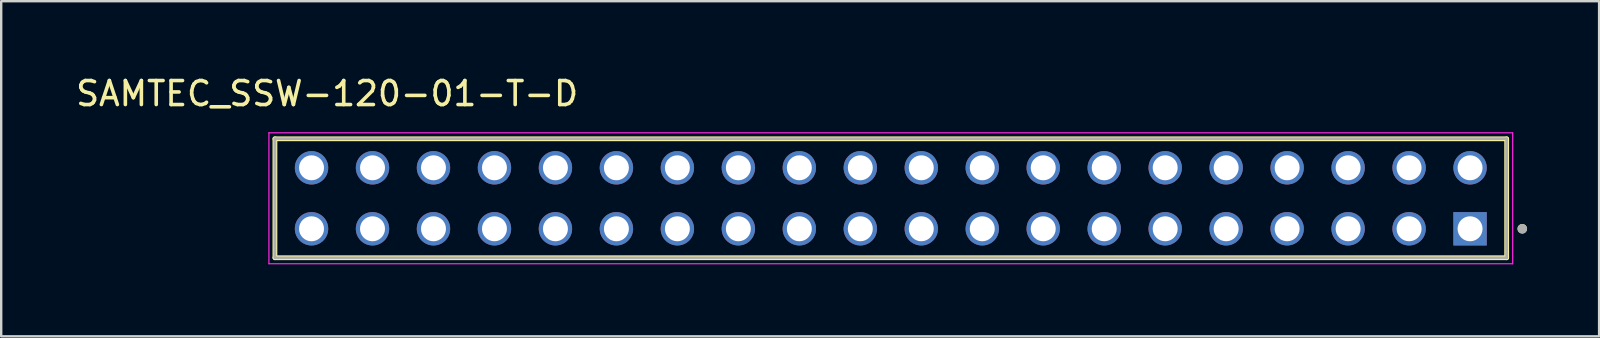
<source format=kicad_pcb>
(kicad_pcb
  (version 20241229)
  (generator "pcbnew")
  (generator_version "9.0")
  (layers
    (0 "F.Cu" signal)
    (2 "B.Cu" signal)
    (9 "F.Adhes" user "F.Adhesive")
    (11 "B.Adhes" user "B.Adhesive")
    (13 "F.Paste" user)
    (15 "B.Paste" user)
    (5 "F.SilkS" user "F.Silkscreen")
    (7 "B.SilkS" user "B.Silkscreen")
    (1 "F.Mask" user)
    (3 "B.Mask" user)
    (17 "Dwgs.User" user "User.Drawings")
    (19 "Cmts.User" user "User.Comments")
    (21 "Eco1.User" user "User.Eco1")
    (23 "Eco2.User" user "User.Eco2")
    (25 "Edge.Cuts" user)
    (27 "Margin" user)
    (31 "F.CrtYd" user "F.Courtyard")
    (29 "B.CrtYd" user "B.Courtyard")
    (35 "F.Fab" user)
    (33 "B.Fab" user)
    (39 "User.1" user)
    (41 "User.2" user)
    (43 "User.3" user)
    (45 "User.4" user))
  (footprint "SAMTEC_SSW-120-01-T-D"
    (layer "F.Cu")
    (at 58.187 6.48)
    (property "Reference" "SAMTEC_SSW-120-01-T-D" (at -47.61 -5.631 0) (layer "F.SilkS") (effects (font (size 1 1) (thickness 0.15))))
    (attr through_hole)
    (fp_line (start -49.785 1.206) (end -49.785 -3.747) (stroke (width 0.2) (type solid)) (layer "F.SilkS"))
    (fp_line (start 1.525 -3.747) (end -49.785 -3.747) (stroke (width 0.2) (type solid)) (layer "F.SilkS"))
    (fp_line (start 1.525 -3.747) (end 1.525 1.206) (stroke (width 0.2) (type solid)) (layer "F.SilkS"))
    (fp_line (start 1.525 1.206) (end -49.785 1.206) (stroke (width 0.2) (type solid)) (layer "F.SilkS"))
    (fp_circle (center 2.175 0) (end 2.275 0) (stroke (width 0.2) (type solid)) (fill no) (layer "F.SilkS"))
    (fp_line (start -50.035 -3.997) (end 1.775 -3.997) (stroke (width 0.05) (type solid)) (layer "F.CrtYd"))
    (fp_line (start -50.035 1.456) (end -50.035 -3.997) (stroke (width 0.05) (type solid)) (layer "F.CrtYd"))
    (fp_line (start 1.775 -3.997) (end 1.775 1.456) (stroke (width 0.05) (type solid)) (layer "F.CrtYd"))
    (fp_line (start 1.775 1.456) (end -50.035 1.456) (stroke (width 0.05) (type solid)) (layer "F.CrtYd"))
    (fp_line (start -49.785 -3.747) (end 1.525 -3.747) (stroke (width 0.1) (type solid)) (layer "F.Fab"))
    (fp_line (start -49.785 -3.747) (end 1.525 -3.747) (stroke (width 0.1) (type solid)) (layer "F.Fab"))
    (fp_line (start -49.785 1.206) (end -49.785 -3.747) (stroke (width 0.1) (type solid)) (layer "F.Fab"))
    (fp_line (start -49.785 1.206) (end -49.785 -3.747) (stroke (width 0.1) (type solid)) (layer "F.Fab"))
    (fp_line (start 1.525 -3.747) (end 1.525 1.206) (stroke (width 0.1) (type solid)) (layer "F.Fab"))
    (fp_line (start 1.525 -3.747) (end 1.525 1.206) (stroke (width 0.1) (type solid)) (layer "F.Fab"))
    (fp_line (start 1.525 1.206) (end -49.785 1.206) (stroke (width 0.1) (type solid)) (layer "F.Fab"))
    (fp_circle (center 2.175 0) (end 2.275 0) (stroke (width 0.2) (type solid)) (fill no) (layer "F.Fab"))
    (pad "01" thru_hole rect (at 0 0) (size 1.39 1.39) (drill 1.04) (layers "*.Cu" "*.Mask"))
    (pad "02" thru_hole circle (at 0 -2.54) (size 1.39 1.39) (drill 1.04) (layers "*.Cu" "*.Mask"))
    (pad "03" thru_hole circle (at -2.54 0) (size 1.39 1.39) (drill 1.04) (layers "*.Cu" "*.Mask"))
    (pad "04" thru_hole circle (at -2.54 -2.54) (size 1.39 1.39) (drill 1.04) (layers "*.Cu" "*.Mask"))
    (pad "05" thru_hole circle (at -5.08 0) (size 1.39 1.39) (drill 1.04) (layers "*.Cu" "*.Mask"))
    (pad "06" thru_hole circle (at -5.08 -2.54) (size 1.39 1.39) (drill 1.04) (layers "*.Cu" "*.Mask"))
    (pad "07" thru_hole circle (at -7.62 0) (size 1.39 1.39) (drill 1.04) (layers "*.Cu" "*.Mask"))
    (pad "08" thru_hole circle (at -7.62 -2.54) (size 1.39 1.39) (drill 1.04) (layers "*.Cu" "*.Mask"))
    (pad "09" thru_hole circle (at -10.16 0) (size 1.39 1.39) (drill 1.04) (layers "*.Cu" "*.Mask"))
    (pad "10" thru_hole circle (at -10.16 -2.54) (size 1.39 1.39) (drill 1.04) (layers "*.Cu" "*.Mask"))
    (pad "11" thru_hole circle (at -12.7 0) (size 1.39 1.39) (drill 1.04) (layers "*.Cu" "*.Mask"))
    (pad "12" thru_hole circle (at -12.7 -2.54) (size 1.39 1.39) (drill 1.04) (layers "*.Cu" "*.Mask"))
    (pad "13" thru_hole circle (at -15.24 0) (size 1.39 1.39) (drill 1.04) (layers "*.Cu" "*.Mask"))
    (pad "14" thru_hole circle (at -15.24 -2.54) (size 1.39 1.39) (drill 1.04) (layers "*.Cu" "*.Mask"))
    (pad "15" thru_hole circle (at -17.78 0) (size 1.39 1.39) (drill 1.04) (layers "*.Cu" "*.Mask"))
    (pad "16" thru_hole circle (at -17.78 -2.54) (size 1.39 1.39) (drill 1.04) (layers "*.Cu" "*.Mask"))
    (pad "17" thru_hole circle (at -20.32 0) (size 1.39 1.39) (drill 1.04) (layers "*.Cu" "*.Mask"))
    (pad "18" thru_hole circle (at -20.32 -2.54) (size 1.39 1.39) (drill 1.04) (layers "*.Cu" "*.Mask"))
    (pad "19" thru_hole circle (at -22.86 0) (size 1.39 1.39) (drill 1.04) (layers "*.Cu" "*.Mask"))
    (pad "20" thru_hole circle (at -22.86 -2.54) (size 1.39 1.39) (drill 1.04) (layers "*.Cu" "*.Mask"))
    (pad "21" thru_hole circle (at -25.4 0) (size 1.39 1.39) (drill 1.04) (layers "*.Cu" "*.Mask"))
    (pad "22" thru_hole circle (at -25.4 -2.54) (size 1.39 1.39) (drill 1.04) (layers "*.Cu" "*.Mask"))
    (pad "23" thru_hole circle (at -27.94 0) (size 1.39 1.39) (drill 1.04) (layers "*.Cu" "*.Mask"))
    (pad "24" thru_hole circle (at -27.94 -2.54) (size 1.39 1.39) (drill 1.04) (layers "*.Cu" "*.Mask"))
    (pad "25" thru_hole circle (at -30.48 0) (size 1.39 1.39) (drill 1.04) (layers "*.Cu" "*.Mask"))
    (pad "26" thru_hole circle (at -30.48 -2.54) (size 1.39 1.39) (drill 1.04) (layers "*.Cu" "*.Mask"))
    (pad "27" thru_hole circle (at -33.02 0) (size 1.39 1.39) (drill 1.04) (layers "*.Cu" "*.Mask"))
    (pad "28" thru_hole circle (at -33.02 -2.54) (size 1.39 1.39) (drill 1.04) (layers "*.Cu" "*.Mask"))
    (pad "29" thru_hole circle (at -35.56 0) (size 1.39 1.39) (drill 1.04) (layers "*.Cu" "*.Mask"))
    (pad "30" thru_hole circle (at -35.56 -2.54) (size 1.39 1.39) (drill 1.04) (layers "*.Cu" "*.Mask"))
    (pad "31" thru_hole circle (at -38.1 0) (size 1.39 1.39) (drill 1.04) (layers "*.Cu" "*.Mask"))
    (pad "32" thru_hole circle (at -38.1 -2.54) (size 1.39 1.39) (drill 1.04) (layers "*.Cu" "*.Mask"))
    (pad "33" thru_hole circle (at -40.64 0) (size 1.39 1.39) (drill 1.04) (layers "*.Cu" "*.Mask"))
    (pad "34" thru_hole circle (at -40.64 -2.54) (size 1.39 1.39) (drill 1.04) (layers "*.Cu" "*.Mask"))
    (pad "35" thru_hole circle (at -43.18 0) (size 1.39 1.39) (drill 1.04) (layers "*.Cu" "*.Mask"))
    (pad "36" thru_hole circle (at -43.18 -2.54) (size 1.39 1.39) (drill 1.04) (layers "*.Cu" "*.Mask"))
    (pad "37" thru_hole circle (at -45.72 0) (size 1.39 1.39) (drill 1.04) (layers "*.Cu" "*.Mask"))
    (pad "38" thru_hole circle (at -45.72 -2.54) (size 1.39 1.39) (drill 1.04) (layers "*.Cu" "*.Mask"))
    (pad "39" thru_hole circle (at -48.26 0) (size 1.39 1.39) (drill 1.04) (layers "*.Cu" "*.Mask"))
    (pad "40" thru_hole circle (at -48.26 -2.54) (size 1.39 1.39) (drill 1.04) (layers "*.Cu" "*.Mask")))
  (gr_rect
    (start -3 -3)
    (end 63.562 10.961)
    (stroke (width 0.1) (type default))
    (fill no)
    (layer "Edge.Cuts")))
</source>
